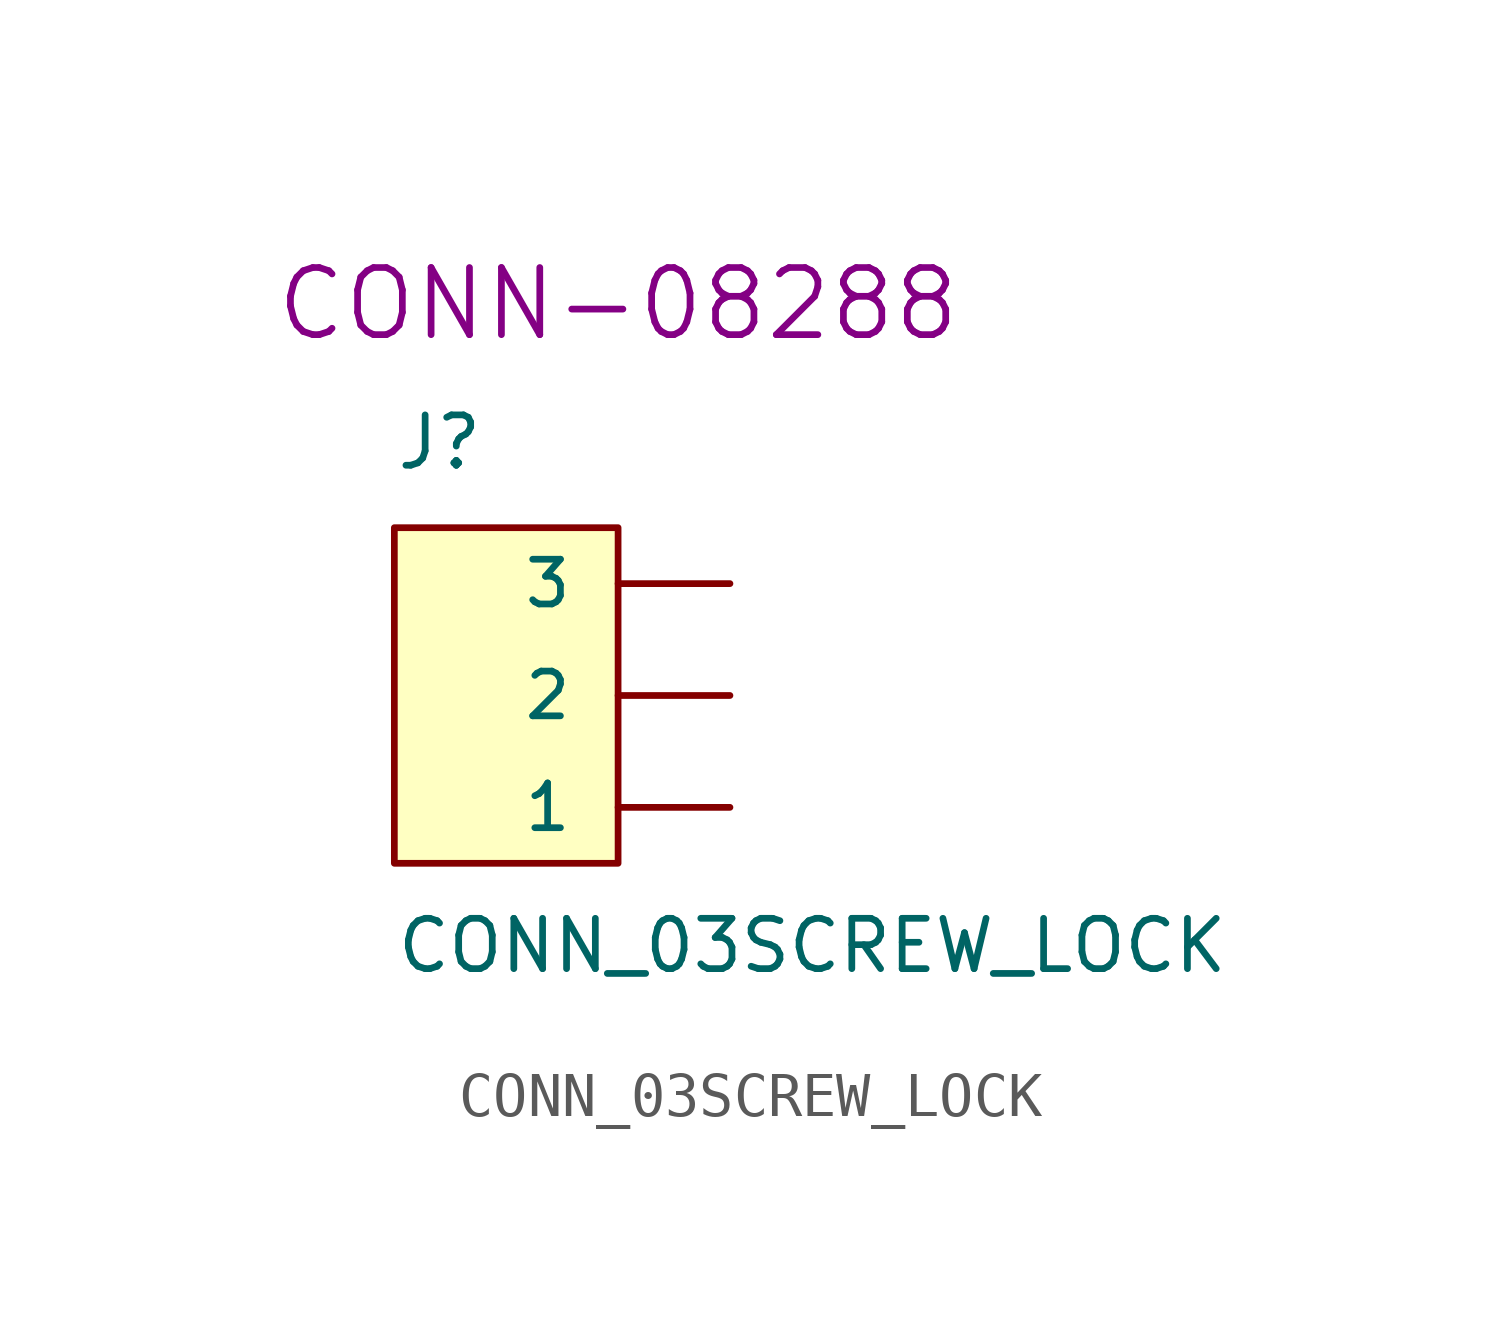
<source format=kicad_sym>
(kicad_symbol_lib
  (version 20201005)
  (generator kicad_symbol_editor)
  (symbol "CONN_03SCREW_LOCK"
    (pin_numbers hide)
    (pin_names
      (offset 1.016))
    (property "Reference" "J"
      (at -5.08 7.62 0)
      (effects (font (size 1.143 1.143)) (justify left bottom)))
    (property "Value" "CONN_03SCREW_LOCK"
      (at -5.08 -3.81 0)
      (effects (font (size 1.143 1.143)) (justify left bottom)))
    (property "Field4" "CONN-08288"
      (at 0 11.43 0)
      (effects (font (size 1.524 1.524))))
    (property "ki_locked" ""
      (at 0 0 0)
      (effects (font (size 1.27 1.27))))
    (symbol "CONN_03SCREW_LOCK_0_1"
      (rectangle (start 0 -1.27) (end -5.08 6.35) (stroke (width 0)) (fill (type background))))
    (symbol "CONN_03SCREW_LOCK_1_1"
      (pin passive line (at 2.54 0 180) (length 2.54) (name "1" (effects (font (size 1.016 1.016)))) (number "1" (effects (font (size 1.016 1.016)))))
      (pin passive line (at 2.54 2.54 180) (length 2.54) (name "2" (effects (font (size 1.016 1.016)))) (number "2" (effects (font (size 1.016 1.016)))))
      (pin passive line (at 2.54 5.08 180) (length 2.54) (name "3" (effects (font (size 1.016 1.016)))) (number "3" (effects (font (size 1.016 1.016))))))))
</source>
